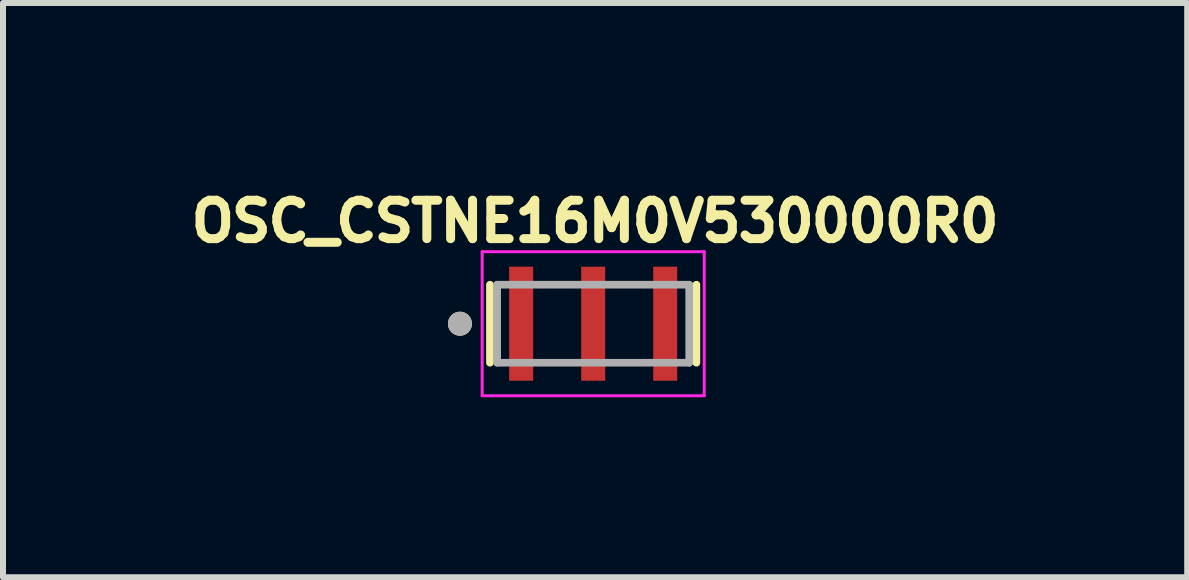
<source format=kicad_pcb>
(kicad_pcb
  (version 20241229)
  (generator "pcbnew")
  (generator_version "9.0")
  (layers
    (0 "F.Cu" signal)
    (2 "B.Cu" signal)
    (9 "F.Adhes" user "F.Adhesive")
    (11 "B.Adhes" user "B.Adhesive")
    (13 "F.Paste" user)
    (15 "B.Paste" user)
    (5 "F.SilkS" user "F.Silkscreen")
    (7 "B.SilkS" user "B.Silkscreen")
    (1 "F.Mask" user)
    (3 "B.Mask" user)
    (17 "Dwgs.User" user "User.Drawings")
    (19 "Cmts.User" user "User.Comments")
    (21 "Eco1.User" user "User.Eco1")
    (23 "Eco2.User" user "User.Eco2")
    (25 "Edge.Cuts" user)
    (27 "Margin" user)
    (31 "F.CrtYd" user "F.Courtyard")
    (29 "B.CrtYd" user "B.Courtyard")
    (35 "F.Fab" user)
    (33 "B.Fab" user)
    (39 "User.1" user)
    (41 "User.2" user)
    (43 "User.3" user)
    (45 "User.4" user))
  (footprint "OSC_CSTNE16M0V530000R0"
    (layer "F.Cu")
    (at 6.834 2.344)
    (property "Reference" "OSC_CSTNE16M0V530000R0" (at 0.032 -1.706 0) (layer "F.SilkS") (effects (font (size 0.64 0.64) (thickness 0.15))))
    (attr through_hole)
    (fp_line (start -1.72 -0.65) (end -1.72 0.65) (stroke (width 0.127) (type solid)) (layer "F.SilkS"))
    (fp_line (start 1.72 -0.65) (end 1.72 0.65) (stroke (width 0.127) (type solid)) (layer "F.SilkS"))
    (fp_circle (center -2.22 0) (end -2.12 0) (stroke (width 0.2) (type solid)) (fill no) (layer "F.SilkS"))
    (fp_line (start -1.85 -1.2) (end 1.85 -1.2) (stroke (width 0.05) (type solid)) (layer "F.CrtYd"))
    (fp_line (start -1.85 1.2) (end -1.85 -1.2) (stroke (width 0.05) (type solid)) (layer "F.CrtYd"))
    (fp_line (start 1.85 -1.2) (end 1.85 1.2) (stroke (width 0.05) (type solid)) (layer "F.CrtYd"))
    (fp_line (start 1.85 1.2) (end -1.85 1.2) (stroke (width 0.05) (type solid)) (layer "F.CrtYd"))
    (fp_line (start -1.6 -0.65) (end -1.6 0.65) (stroke (width 0.127) (type solid)) (layer "F.Fab"))
    (fp_line (start -1.6 -0.65) (end 1.6 -0.65) (stroke (width 0.127) (type solid)) (layer "F.Fab"))
    (fp_line (start 1.6 -0.65) (end 1.6 0.65) (stroke (width 0.127) (type solid)) (layer "F.Fab"))
    (fp_line (start 1.6 0.65) (end -1.6 0.65) (stroke (width 0.127) (type solid)) (layer "F.Fab"))
    (fp_circle (center -2.22 0) (end -2.12 0) (stroke (width 0.2) (type solid)) (fill no) (layer "F.Fab"))
    (pad "1" smd rect (at -1.2 0) (size 0.4 1.9) (layers "F.Cu" "F.Mask" "F.Paste"))
    (pad "2" smd rect (at 0 0) (size 0.4 1.9) (layers "F.Cu" "F.Mask" "F.Paste"))
    (pad "3" smd rect (at 1.2 0) (size 0.4 1.9) (layers "F.Cu" "F.Mask" "F.Paste")))
  (gr_rect
    (start -3 -3)
    (end 16.732 6.569)
    (stroke (width 0.1) (type default))
    (fill no)
    (layer "Edge.Cuts")))
</source>
